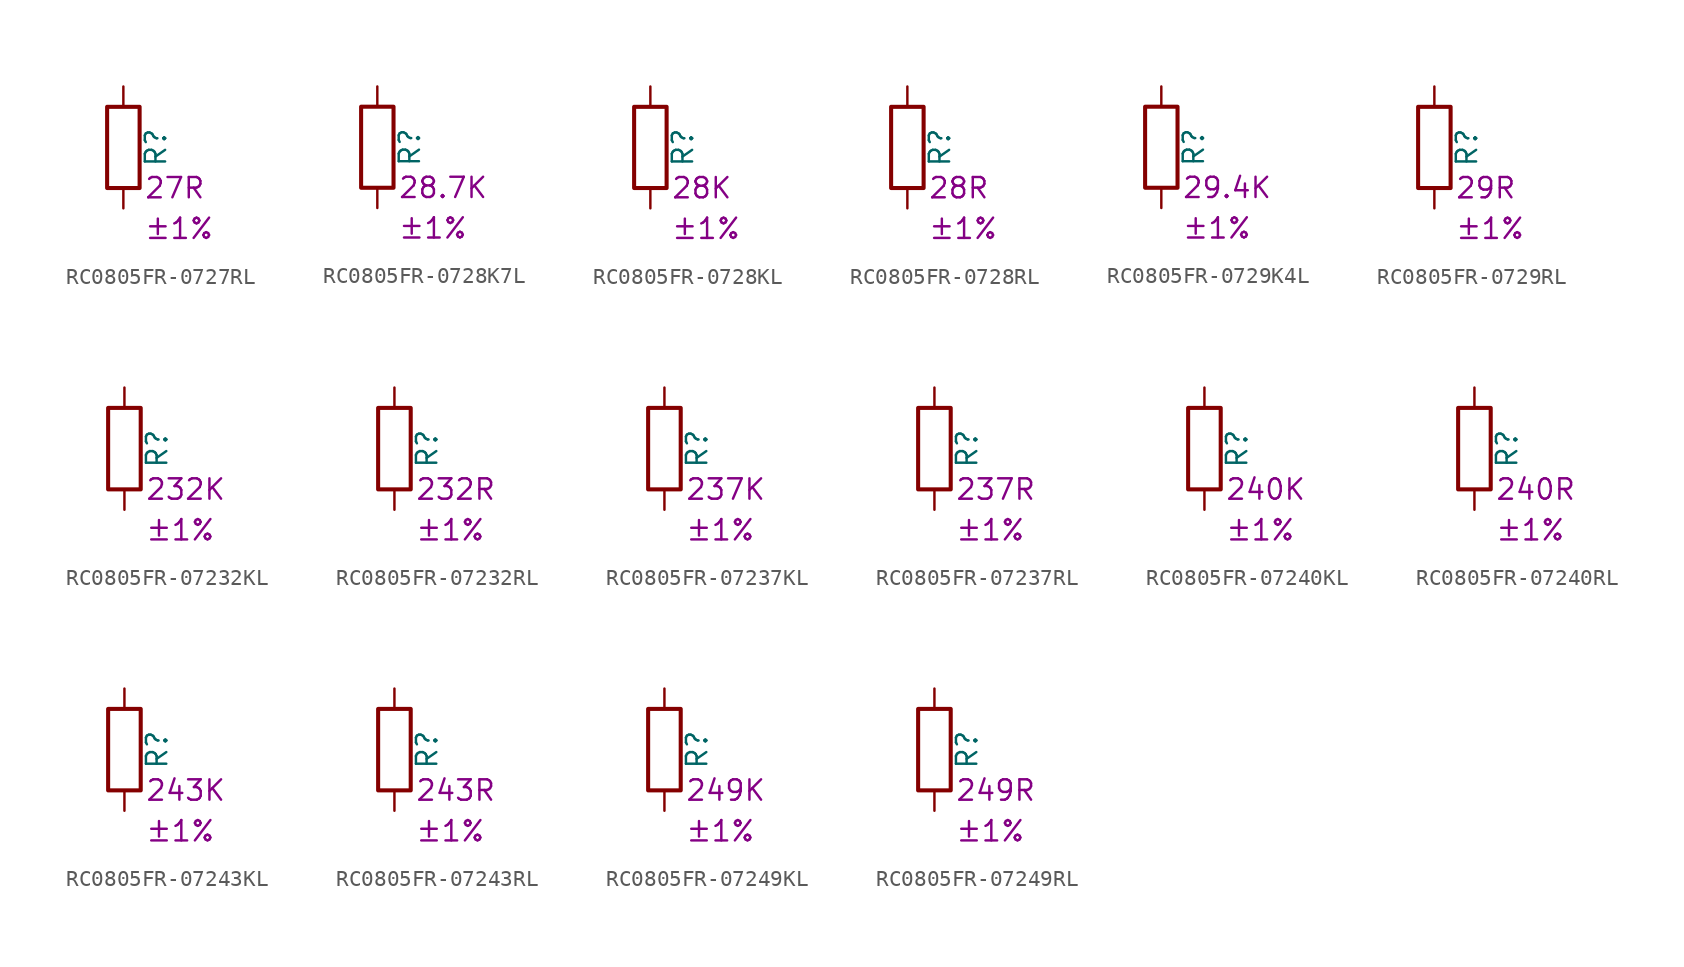
<source format=kicad_sym>
(kicad_symbol_lib
  (version 20220914)
  (generator kicad_symbol_editor)
  (symbol "RC0805FR-0727RL"
    (pin_numbers hide)
    (pin_names
      (offset 0))
    (property "Reference" "R"
      (at 2.032 0 90)
      (effects (font (size 1.27 1.27))))
    (property "Resistance" "27R"
      (at 1.27 -2.54 0)
      (effects (font (size 1.27 1.27)) (justify left)))
    (property "Tolerance" "±1%"
      (at 1.27 -5.08 0)
      (effects (font (size 1.27 1.27)) (justify left)))
    (symbol "RC0805FR-0727RL_0_1"
      (rectangle (start -1.016 -2.54) (end 1.016 2.54) (stroke (width 0.254) (type default)) (fill (type none))))
    (symbol "RC0805FR-0727RL_1_1"
      (pin passive line (at 0 3.81 270) (length 1.27) (name "~" (effects (font (size 1.27 1.27)))) (number "1" (effects (font (size 1.27 1.27)))))
      (pin passive line (at 0 -3.81 90) (length 1.27) (name "~" (effects (font (size 1.27 1.27)))) (number "2" (effects (font (size 1.27 1.27)))))))
  (symbol "RC0805FR-0728K7L"
    (pin_numbers hide)
    (pin_names
      (offset 0))
    (property "Reference" "R"
      (at 2.032 0 90)
      (effects (font (size 1.27 1.27))))
    (property "Resistance" "28.7K"
      (at 1.27 -2.54 0)
      (effects (font (size 1.27 1.27)) (justify left)))
    (property "Tolerance" "±1%"
      (at 1.27 -5.08 0)
      (effects (font (size 1.27 1.27)) (justify left)))
    (symbol "RC0805FR-0728K7L_0_1"
      (rectangle (start -1.016 -2.54) (end 1.016 2.54) (stroke (width 0.254) (type default)) (fill (type none))))
    (symbol "RC0805FR-0728K7L_1_1"
      (pin passive line (at 0 3.81 270) (length 1.27) (name "~" (effects (font (size 1.27 1.27)))) (number "1" (effects (font (size 1.27 1.27)))))
      (pin passive line (at 0 -3.81 90) (length 1.27) (name "~" (effects (font (size 1.27 1.27)))) (number "2" (effects (font (size 1.27 1.27)))))))
  (symbol "RC0805FR-0728KL"
    (pin_numbers hide)
    (pin_names
      (offset 0))
    (property "Reference" "R"
      (at 2.032 0 90)
      (effects (font (size 1.27 1.27))))
    (property "Resistance" "28K"
      (at 1.27 -2.54 0)
      (effects (font (size 1.27 1.27)) (justify left)))
    (property "Tolerance" "±1%"
      (at 1.27 -5.08 0)
      (effects (font (size 1.27 1.27)) (justify left)))
    (symbol "RC0805FR-0728KL_0_1"
      (rectangle (start -1.016 -2.54) (end 1.016 2.54) (stroke (width 0.254) (type default)) (fill (type none))))
    (symbol "RC0805FR-0728KL_1_1"
      (pin passive line (at 0 3.81 270) (length 1.27) (name "~" (effects (font (size 1.27 1.27)))) (number "1" (effects (font (size 1.27 1.27)))))
      (pin passive line (at 0 -3.81 90) (length 1.27) (name "~" (effects (font (size 1.27 1.27)))) (number "2" (effects (font (size 1.27 1.27)))))))
  (symbol "RC0805FR-0728RL"
    (pin_numbers hide)
    (pin_names
      (offset 0))
    (property "Reference" "R"
      (at 2.032 0 90)
      (effects (font (size 1.27 1.27))))
    (property "Resistance" "28R"
      (at 1.27 -2.54 0)
      (effects (font (size 1.27 1.27)) (justify left)))
    (property "Tolerance" "±1%"
      (at 1.27 -5.08 0)
      (effects (font (size 1.27 1.27)) (justify left)))
    (symbol "RC0805FR-0728RL_0_1"
      (rectangle (start -1.016 -2.54) (end 1.016 2.54) (stroke (width 0.254) (type default)) (fill (type none))))
    (symbol "RC0805FR-0728RL_1_1"
      (pin passive line (at 0 3.81 270) (length 1.27) (name "~" (effects (font (size 1.27 1.27)))) (number "1" (effects (font (size 1.27 1.27)))))
      (pin passive line (at 0 -3.81 90) (length 1.27) (name "~" (effects (font (size 1.27 1.27)))) (number "2" (effects (font (size 1.27 1.27)))))))
  (symbol "RC0805FR-0729K4L"
    (pin_numbers hide)
    (pin_names
      (offset 0))
    (property "Reference" "R"
      (at 2.032 0 90)
      (effects (font (size 1.27 1.27))))
    (property "Resistance" "29.4K"
      (at 1.27 -2.54 0)
      (effects (font (size 1.27 1.27)) (justify left)))
    (property "Tolerance" "±1%"
      (at 1.27 -5.08 0)
      (effects (font (size 1.27 1.27)) (justify left)))
    (symbol "RC0805FR-0729K4L_0_1"
      (rectangle (start -1.016 -2.54) (end 1.016 2.54) (stroke (width 0.254) (type default)) (fill (type none))))
    (symbol "RC0805FR-0729K4L_1_1"
      (pin passive line (at 0 3.81 270) (length 1.27) (name "~" (effects (font (size 1.27 1.27)))) (number "1" (effects (font (size 1.27 1.27)))))
      (pin passive line (at 0 -3.81 90) (length 1.27) (name "~" (effects (font (size 1.27 1.27)))) (number "2" (effects (font (size 1.27 1.27)))))))
  (symbol "RC0805FR-0729RL"
    (pin_numbers hide)
    (pin_names
      (offset 0))
    (property "Reference" "R"
      (at 2.032 0 90)
      (effects (font (size 1.27 1.27))))
    (property "Resistance" "29R"
      (at 1.27 -2.54 0)
      (effects (font (size 1.27 1.27)) (justify left)))
    (property "Tolerance" "±1%"
      (at 1.27 -5.08 0)
      (effects (font (size 1.27 1.27)) (justify left)))
    (symbol "RC0805FR-0729RL_0_1"
      (rectangle (start -1.016 -2.54) (end 1.016 2.54) (stroke (width 0.254) (type default)) (fill (type none))))
    (symbol "RC0805FR-0729RL_1_1"
      (pin passive line (at 0 3.81 270) (length 1.27) (name "~" (effects (font (size 1.27 1.27)))) (number "1" (effects (font (size 1.27 1.27)))))
      (pin passive line (at 0 -3.81 90) (length 1.27) (name "~" (effects (font (size 1.27 1.27)))) (number "2" (effects (font (size 1.27 1.27)))))))
  (symbol "RC0805FR-07232KL"
    (pin_numbers hide)
    (pin_names
      (offset 0))
    (property "Reference" "R"
      (at 2.032 0 90)
      (effects (font (size 1.27 1.27))))
    (property "Resistance" "232K"
      (at 1.27 -2.54 0)
      (effects (font (size 1.27 1.27)) (justify left)))
    (property "Tolerance" "±1%"
      (at 1.27 -5.08 0)
      (effects (font (size 1.27 1.27)) (justify left)))
    (symbol "RC0805FR-07232KL_0_1"
      (rectangle (start -1.016 -2.54) (end 1.016 2.54) (stroke (width 0.254) (type default)) (fill (type none))))
    (symbol "RC0805FR-07232KL_1_1"
      (pin passive line (at 0 3.81 270) (length 1.27) (name "~" (effects (font (size 1.27 1.27)))) (number "1" (effects (font (size 1.27 1.27)))))
      (pin passive line (at 0 -3.81 90) (length 1.27) (name "~" (effects (font (size 1.27 1.27)))) (number "2" (effects (font (size 1.27 1.27)))))))
  (symbol "RC0805FR-07232RL"
    (pin_numbers hide)
    (pin_names
      (offset 0))
    (property "Reference" "R"
      (at 2.032 0 90)
      (effects (font (size 1.27 1.27))))
    (property "Resistance" "232R"
      (at 1.27 -2.54 0)
      (effects (font (size 1.27 1.27)) (justify left)))
    (property "Tolerance" "±1%"
      (at 1.27 -5.08 0)
      (effects (font (size 1.27 1.27)) (justify left)))
    (symbol "RC0805FR-07232RL_0_1"
      (rectangle (start -1.016 -2.54) (end 1.016 2.54) (stroke (width 0.254) (type default)) (fill (type none))))
    (symbol "RC0805FR-07232RL_1_1"
      (pin passive line (at 0 3.81 270) (length 1.27) (name "~" (effects (font (size 1.27 1.27)))) (number "1" (effects (font (size 1.27 1.27)))))
      (pin passive line (at 0 -3.81 90) (length 1.27) (name "~" (effects (font (size 1.27 1.27)))) (number "2" (effects (font (size 1.27 1.27)))))))
  (symbol "RC0805FR-07237KL"
    (pin_numbers hide)
    (pin_names
      (offset 0))
    (property "Reference" "R"
      (at 2.032 0 90)
      (effects (font (size 1.27 1.27))))
    (property "Resistance" "237K"
      (at 1.27 -2.54 0)
      (effects (font (size 1.27 1.27)) (justify left)))
    (property "Tolerance" "±1%"
      (at 1.27 -5.08 0)
      (effects (font (size 1.27 1.27)) (justify left)))
    (symbol "RC0805FR-07237KL_0_1"
      (rectangle (start -1.016 -2.54) (end 1.016 2.54) (stroke (width 0.254) (type default)) (fill (type none))))
    (symbol "RC0805FR-07237KL_1_1"
      (pin passive line (at 0 3.81 270) (length 1.27) (name "~" (effects (font (size 1.27 1.27)))) (number "1" (effects (font (size 1.27 1.27)))))
      (pin passive line (at 0 -3.81 90) (length 1.27) (name "~" (effects (font (size 1.27 1.27)))) (number "2" (effects (font (size 1.27 1.27)))))))
  (symbol "RC0805FR-07237RL"
    (pin_numbers hide)
    (pin_names
      (offset 0))
    (property "Reference" "R"
      (at 2.032 0 90)
      (effects (font (size 1.27 1.27))))
    (property "Resistance" "237R"
      (at 1.27 -2.54 0)
      (effects (font (size 1.27 1.27)) (justify left)))
    (property "Tolerance" "±1%"
      (at 1.27 -5.08 0)
      (effects (font (size 1.27 1.27)) (justify left)))
    (symbol "RC0805FR-07237RL_0_1"
      (rectangle (start -1.016 -2.54) (end 1.016 2.54) (stroke (width 0.254) (type default)) (fill (type none))))
    (symbol "RC0805FR-07237RL_1_1"
      (pin passive line (at 0 3.81 270) (length 1.27) (name "~" (effects (font (size 1.27 1.27)))) (number "1" (effects (font (size 1.27 1.27)))))
      (pin passive line (at 0 -3.81 90) (length 1.27) (name "~" (effects (font (size 1.27 1.27)))) (number "2" (effects (font (size 1.27 1.27)))))))
  (symbol "RC0805FR-07240KL"
    (pin_numbers hide)
    (pin_names
      (offset 0))
    (property "Reference" "R"
      (at 2.032 0 90)
      (effects (font (size 1.27 1.27))))
    (property "Resistance" "240K"
      (at 1.27 -2.54 0)
      (effects (font (size 1.27 1.27)) (justify left)))
    (property "Tolerance" "±1%"
      (at 1.27 -5.08 0)
      (effects (font (size 1.27 1.27)) (justify left)))
    (symbol "RC0805FR-07240KL_0_1"
      (rectangle (start -1.016 -2.54) (end 1.016 2.54) (stroke (width 0.254) (type default)) (fill (type none))))
    (symbol "RC0805FR-07240KL_1_1"
      (pin passive line (at 0 3.81 270) (length 1.27) (name "~" (effects (font (size 1.27 1.27)))) (number "1" (effects (font (size 1.27 1.27)))))
      (pin passive line (at 0 -3.81 90) (length 1.27) (name "~" (effects (font (size 1.27 1.27)))) (number "2" (effects (font (size 1.27 1.27)))))))
  (symbol "RC0805FR-07240RL"
    (pin_numbers hide)
    (pin_names
      (offset 0))
    (property "Reference" "R"
      (at 2.032 0 90)
      (effects (font (size 1.27 1.27))))
    (property "Resistance" "240R"
      (at 1.27 -2.54 0)
      (effects (font (size 1.27 1.27)) (justify left)))
    (property "Tolerance" "±1%"
      (at 1.27 -5.08 0)
      (effects (font (size 1.27 1.27)) (justify left)))
    (symbol "RC0805FR-07240RL_0_1"
      (rectangle (start -1.016 -2.54) (end 1.016 2.54) (stroke (width 0.254) (type default)) (fill (type none))))
    (symbol "RC0805FR-07240RL_1_1"
      (pin passive line (at 0 3.81 270) (length 1.27) (name "~" (effects (font (size 1.27 1.27)))) (number "1" (effects (font (size 1.27 1.27)))))
      (pin passive line (at 0 -3.81 90) (length 1.27) (name "~" (effects (font (size 1.27 1.27)))) (number "2" (effects (font (size 1.27 1.27)))))))
  (symbol "RC0805FR-07243KL"
    (pin_numbers hide)
    (pin_names
      (offset 0))
    (property "Reference" "R"
      (at 2.032 0 90)
      (effects (font (size 1.27 1.27))))
    (property "Resistance" "243K"
      (at 1.27 -2.54 0)
      (effects (font (size 1.27 1.27)) (justify left)))
    (property "Tolerance" "±1%"
      (at 1.27 -5.08 0)
      (effects (font (size 1.27 1.27)) (justify left)))
    (symbol "RC0805FR-07243KL_0_1"
      (rectangle (start -1.016 -2.54) (end 1.016 2.54) (stroke (width 0.254) (type default)) (fill (type none))))
    (symbol "RC0805FR-07243KL_1_1"
      (pin passive line (at 0 3.81 270) (length 1.27) (name "~" (effects (font (size 1.27 1.27)))) (number "1" (effects (font (size 1.27 1.27)))))
      (pin passive line (at 0 -3.81 90) (length 1.27) (name "~" (effects (font (size 1.27 1.27)))) (number "2" (effects (font (size 1.27 1.27)))))))
  (symbol "RC0805FR-07243RL"
    (pin_numbers hide)
    (pin_names
      (offset 0))
    (property "Reference" "R"
      (at 2.032 0 90)
      (effects (font (size 1.27 1.27))))
    (property "Resistance" "243R"
      (at 1.27 -2.54 0)
      (effects (font (size 1.27 1.27)) (justify left)))
    (property "Tolerance" "±1%"
      (at 1.27 -5.08 0)
      (effects (font (size 1.27 1.27)) (justify left)))
    (symbol "RC0805FR-07243RL_0_1"
      (rectangle (start -1.016 -2.54) (end 1.016 2.54) (stroke (width 0.254) (type default)) (fill (type none))))
    (symbol "RC0805FR-07243RL_1_1"
      (pin passive line (at 0 3.81 270) (length 1.27) (name "~" (effects (font (size 1.27 1.27)))) (number "1" (effects (font (size 1.27 1.27)))))
      (pin passive line (at 0 -3.81 90) (length 1.27) (name "~" (effects (font (size 1.27 1.27)))) (number "2" (effects (font (size 1.27 1.27)))))))
  (symbol "RC0805FR-07249KL"
    (pin_numbers hide)
    (pin_names
      (offset 0))
    (property "Reference" "R"
      (at 2.032 0 90)
      (effects (font (size 1.27 1.27))))
    (property "Resistance" "249K"
      (at 1.27 -2.54 0)
      (effects (font (size 1.27 1.27)) (justify left)))
    (property "Tolerance" "±1%"
      (at 1.27 -5.08 0)
      (effects (font (size 1.27 1.27)) (justify left)))
    (symbol "RC0805FR-07249KL_0_1"
      (rectangle (start -1.016 -2.54) (end 1.016 2.54) (stroke (width 0.254) (type default)) (fill (type none))))
    (symbol "RC0805FR-07249KL_1_1"
      (pin passive line (at 0 3.81 270) (length 1.27) (name "~" (effects (font (size 1.27 1.27)))) (number "1" (effects (font (size 1.27 1.27)))))
      (pin passive line (at 0 -3.81 90) (length 1.27) (name "~" (effects (font (size 1.27 1.27)))) (number "2" (effects (font (size 1.27 1.27)))))))
  (symbol "RC0805FR-07249RL"
    (pin_numbers hide)
    (pin_names
      (offset 0))
    (property "Reference" "R"
      (at 2.032 0 90)
      (effects (font (size 1.27 1.27))))
    (property "Resistance" "249R"
      (at 1.27 -2.54 0)
      (effects (font (size 1.27 1.27)) (justify left)))
    (property "Tolerance" "±1%"
      (at 1.27 -5.08 0)
      (effects (font (size 1.27 1.27)) (justify left)))
    (symbol "RC0805FR-07249RL_0_1"
      (rectangle (start -1.016 -2.54) (end 1.016 2.54) (stroke (width 0.254) (type default)) (fill (type none))))
    (symbol "RC0805FR-07249RL_1_1"
      (pin passive line (at 0 3.81 270) (length 1.27) (name "~" (effects (font (size 1.27 1.27)))) (number "1" (effects (font (size 1.27 1.27)))))
      (pin passive line (at 0 -3.81 90) (length 1.27) (name "~" (effects (font (size 1.27 1.27)))) (number "2" (effects (font (size 1.27 1.27))))))))
</source>
